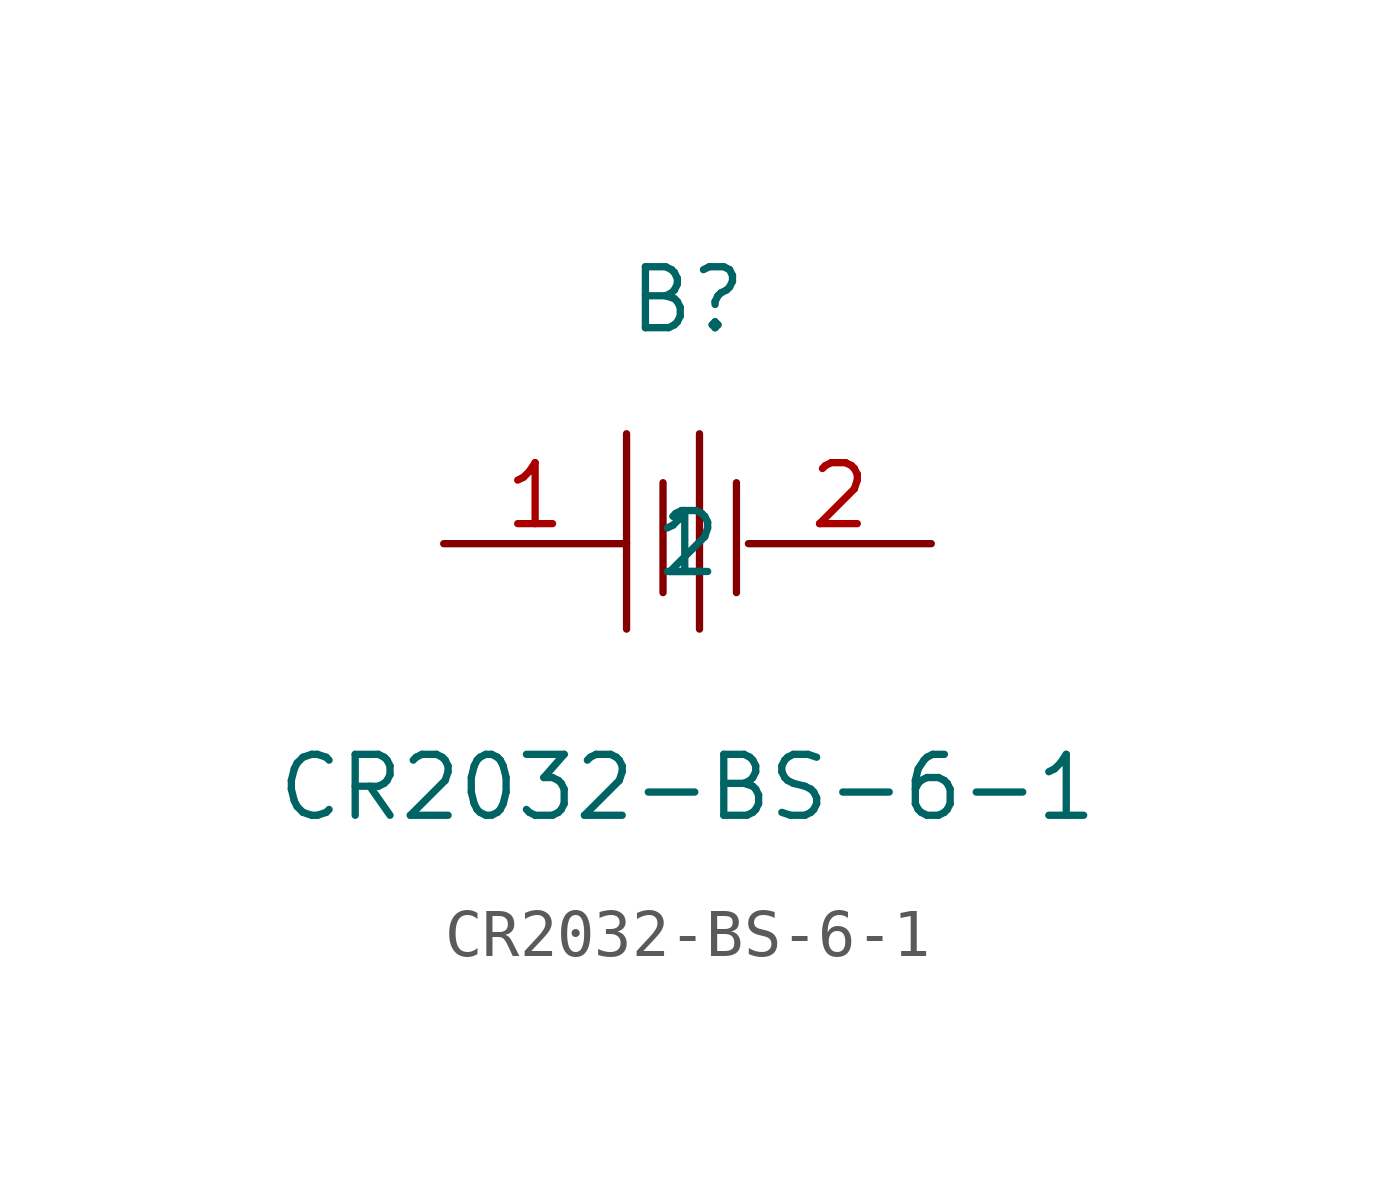
<source format=kicad_sym>
(kicad_symbol_lib
  (version 1)
  (generator "faebryk")
  (symbol "CR2032-BS-6-1"
    (property "Reference" "B"
      (at 0 5.08 0)
      (effects (font (size 1.27 1.27)) (hide no)))
    (property "Value" "CR2032-BS-6-1"
      (at 0 -5.08 0)
      (effects (font (size 1.27 1.27)) (hide no)))
    (symbol "CR2032-BS-6-1_0_1"
      (polyline (stroke (width 0) (type default) (color 0 0 0 0)) (fill (type none)) (pts (xy -1.27 2.29) (xy -1.27 -1.78)))
      (polyline (stroke (width 0) (type default) (color 0 0 0 0)) (fill (type none)) (pts (xy -0.51 1.27) (xy -0.51 -1.02)))
      (polyline (stroke (width 0) (type default) (color 0 0 0 0)) (fill (type none)) (pts (xy 0.25 2.29) (xy 0.25 -1.78)))
      (polyline (stroke (width 0) (type default) (color 0 0 0 0)) (fill (type none)) (pts (xy 1.02 1.27) (xy 1.02 -1.02)))
      (pin input line (at -5.08 0 0) (length 3.81) (name "1" (effects (font (size 1.27 1.27)) (hide no))) (number "1" (effects (font (size 1.27 1.27)) (hide no))))
      (pin input line (at 5.08 0 180) (length 3.81) (name "2" (effects (font (size 1.27 1.27)) (hide no))) (number "2" (effects (font (size 1.27 1.27)) (hide no)))))))
</source>
